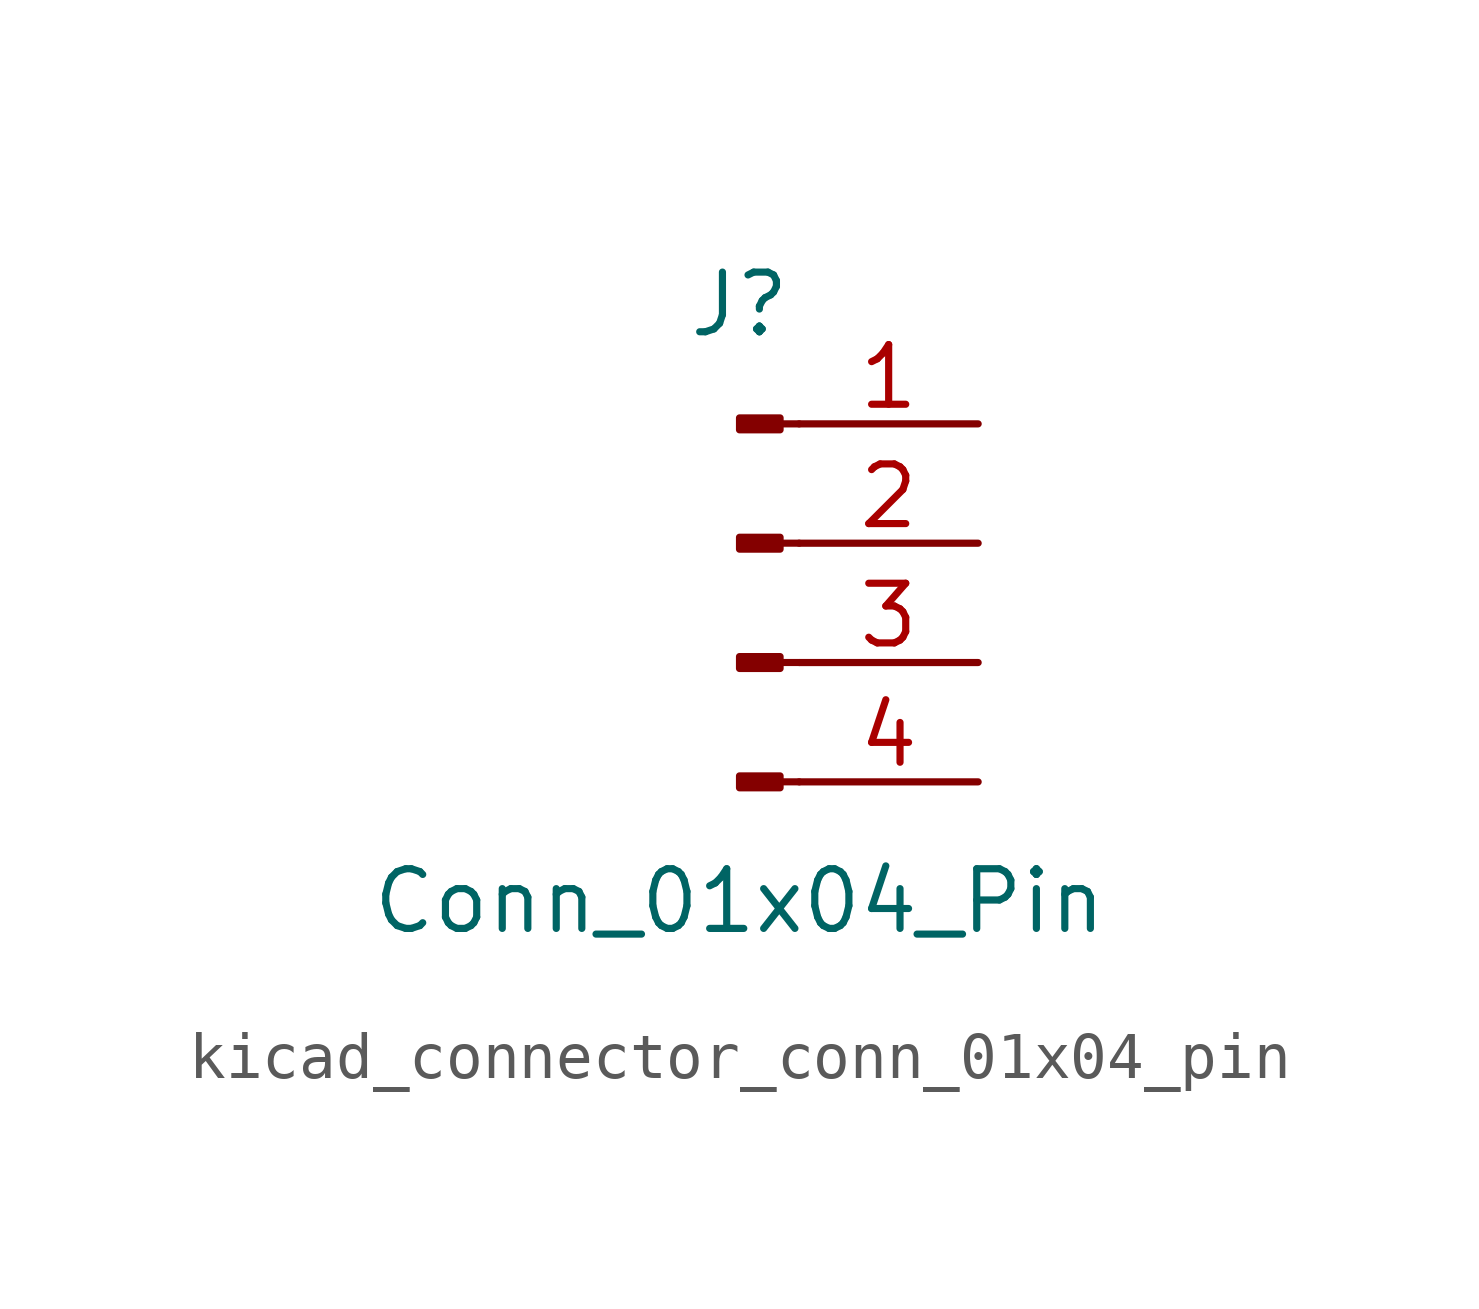
<source format=kicad_sym>
(kicad_symbol_lib
  (version 20220914)
  (generator kicad_symbol_editor)
  (symbol "kicad_connector_conn_01x04_pin"
    (pin_names
      (offset 1.016) hide)
    (property "Reference" "J"
      (at 0 5.08 0)
      (effects (font (size 1.27 1.27))))
    (property "Value" "Conn_01x04_Pin"
      (at 0 -7.62 0)
      (effects (font (size 1.27 1.27))))
    (property "ki_locked" ""
      (at 0 0 0)
      (effects (font (size 1.27 1.27))))
    (symbol "kicad_connector_conn_01x04_pin_1_1"
      (polyline (pts (xy 1.27 -5.08) (xy 0.864 -5.08)) (stroke (width 0.152) (type default)) (fill (type none)))
      (polyline (pts (xy 1.27 -2.54) (xy 0.864 -2.54)) (stroke (width 0.152) (type default)) (fill (type none)))
      (polyline (pts (xy 1.27 0) (xy 0.864 0)) (stroke (width 0.152) (type default)) (fill (type none)))
      (polyline (pts (xy 1.27 2.54) (xy 0.864 2.54)) (stroke (width 0.152) (type default)) (fill (type none)))
      (rectangle (start 0.864 -4.953) (end 0 -5.207) (stroke (width 0.152) (type default)) (fill (type outline)))
      (rectangle (start 0.864 -2.413) (end 0 -2.667) (stroke (width 0.152) (type default)) (fill (type outline)))
      (rectangle (start 0.864 0.127) (end 0 -0.127) (stroke (width 0.152) (type default)) (fill (type outline)))
      (rectangle (start 0.864 2.667) (end 0 2.413) (stroke (width 0.152) (type default)) (fill (type outline)))
      (pin passive line (at 5.08 2.54 180) (length 3.81) (name "Pin_1" (effects (font (size 1.27 1.27)))) (number "1" (effects (font (size 1.27 1.27)))))
      (pin passive line (at 5.08 0 180) (length 3.81) (name "Pin_2" (effects (font (size 1.27 1.27)))) (number "2" (effects (font (size 1.27 1.27)))))
      (pin passive line (at 5.08 -2.54 180) (length 3.81) (name "Pin_3" (effects (font (size 1.27 1.27)))) (number "3" (effects (font (size 1.27 1.27)))))
      (pin passive line (at 5.08 -5.08 180) (length 3.81) (name "Pin_4" (effects (font (size 1.27 1.27)))) (number "4" (effects (font (size 1.27 1.27))))))))
</source>
